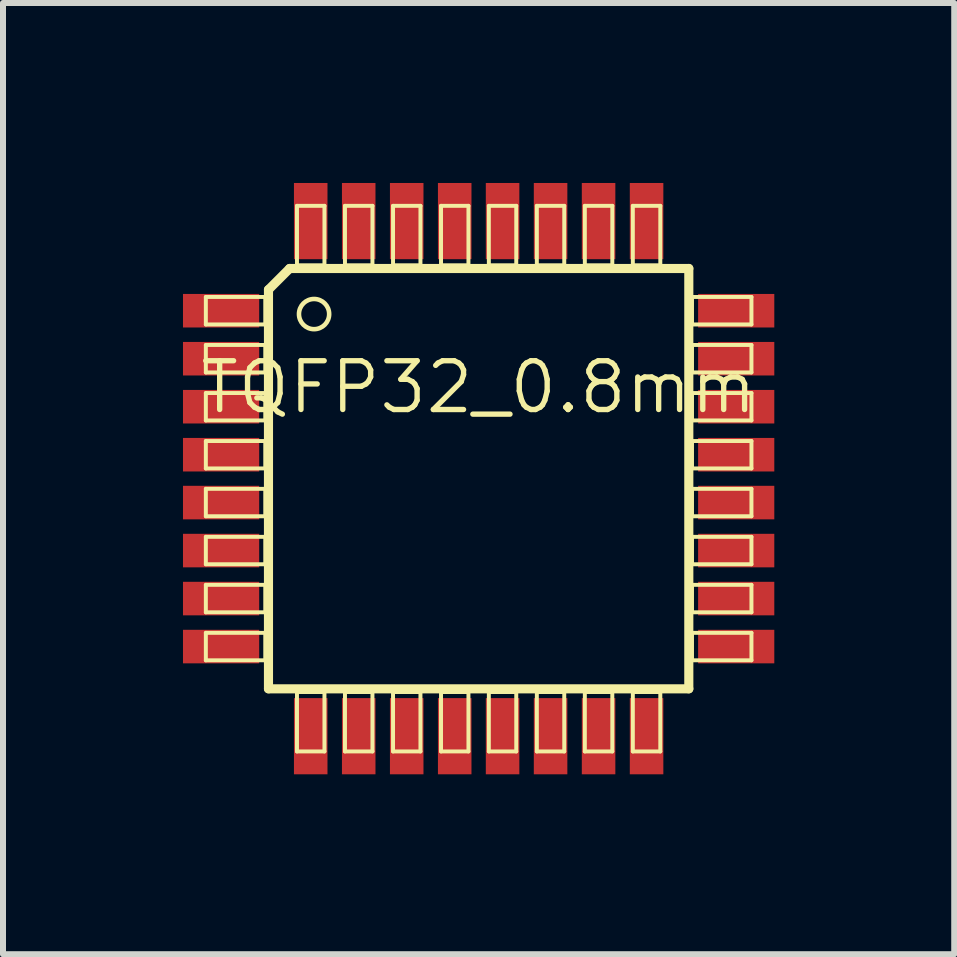
<source format=kicad_pcb>
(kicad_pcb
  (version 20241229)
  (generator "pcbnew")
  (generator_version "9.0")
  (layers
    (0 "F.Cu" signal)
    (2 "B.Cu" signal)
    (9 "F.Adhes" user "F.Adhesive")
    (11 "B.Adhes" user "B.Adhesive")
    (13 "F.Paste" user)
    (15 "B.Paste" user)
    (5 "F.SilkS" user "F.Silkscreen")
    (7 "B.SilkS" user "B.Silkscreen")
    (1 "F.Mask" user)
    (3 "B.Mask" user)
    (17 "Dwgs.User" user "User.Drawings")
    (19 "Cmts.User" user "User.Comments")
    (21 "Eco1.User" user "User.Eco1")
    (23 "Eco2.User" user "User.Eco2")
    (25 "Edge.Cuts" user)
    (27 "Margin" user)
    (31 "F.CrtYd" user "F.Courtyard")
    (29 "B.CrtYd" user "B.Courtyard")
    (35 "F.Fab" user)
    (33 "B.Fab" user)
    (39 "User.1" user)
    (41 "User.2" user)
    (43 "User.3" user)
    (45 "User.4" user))
  (footprint "TQFP32_0.8mm"
    (layer "F.Cu")
    (at 4.928 4.928)
    (property "Reference" "TQFP32_0.8mm" (at 0 -1.524 0) (layer "F.SilkS") (effects (font (size 0.813 0.813) (thickness 0.089))))
    (attr smd)
    (fp_line (start -4.547 -3.028) (end -3.556 -3.028) (stroke (width 0.066) (type solid)) (layer "F.SilkS"))
    (fp_line (start -4.547 -2.57) (end -4.547 -3.028) (stroke (width 0.066) (type solid)) (layer "F.SilkS"))
    (fp_line (start -4.547 -2.57) (end -3.556 -2.57) (stroke (width 0.066) (type solid)) (layer "F.SilkS"))
    (fp_line (start -4.547 -2.228) (end -3.556 -2.228) (stroke (width 0.066) (type solid)) (layer "F.SilkS"))
    (fp_line (start -4.547 -1.77) (end -4.547 -2.228) (stroke (width 0.066) (type solid)) (layer "F.SilkS"))
    (fp_line (start -4.547 -1.77) (end -3.556 -1.77) (stroke (width 0.066) (type solid)) (layer "F.SilkS"))
    (fp_line (start -4.547 -1.427) (end -3.556 -1.427) (stroke (width 0.066) (type solid)) (layer "F.SilkS"))
    (fp_line (start -4.547 -0.97) (end -4.547 -1.427) (stroke (width 0.066) (type solid)) (layer "F.SilkS"))
    (fp_line (start -4.547 -0.97) (end -3.556 -0.97) (stroke (width 0.066) (type solid)) (layer "F.SilkS"))
    (fp_line (start -4.547 -0.627) (end -3.556 -0.627) (stroke (width 0.066) (type solid)) (layer "F.SilkS"))
    (fp_line (start -4.547 -0.17) (end -4.547 -0.627) (stroke (width 0.066) (type solid)) (layer "F.SilkS"))
    (fp_line (start -4.547 -0.17) (end -3.556 -0.17) (stroke (width 0.066) (type solid)) (layer "F.SilkS"))
    (fp_line (start -4.547 0.17) (end -3.556 0.17) (stroke (width 0.066) (type solid)) (layer "F.SilkS"))
    (fp_line (start -4.547 0.627) (end -4.547 0.17) (stroke (width 0.066) (type solid)) (layer "F.SilkS"))
    (fp_line (start -4.547 0.627) (end -3.556 0.627) (stroke (width 0.066) (type solid)) (layer "F.SilkS"))
    (fp_line (start -4.547 0.97) (end -3.556 0.97) (stroke (width 0.066) (type solid)) (layer "F.SilkS"))
    (fp_line (start -4.547 1.427) (end -4.547 0.97) (stroke (width 0.066) (type solid)) (layer "F.SilkS"))
    (fp_line (start -4.547 1.427) (end -3.556 1.427) (stroke (width 0.066) (type solid)) (layer "F.SilkS"))
    (fp_line (start -4.547 1.77) (end -3.556 1.77) (stroke (width 0.066) (type solid)) (layer "F.SilkS"))
    (fp_line (start -4.547 2.228) (end -4.547 1.77) (stroke (width 0.066) (type solid)) (layer "F.SilkS"))
    (fp_line (start -4.547 2.228) (end -3.556 2.228) (stroke (width 0.066) (type solid)) (layer "F.SilkS"))
    (fp_line (start -4.547 2.57) (end -3.556 2.57) (stroke (width 0.066) (type solid)) (layer "F.SilkS"))
    (fp_line (start -4.547 3.028) (end -4.547 2.57) (stroke (width 0.066) (type solid)) (layer "F.SilkS"))
    (fp_line (start -4.547 3.028) (end -3.556 3.028) (stroke (width 0.066) (type solid)) (layer "F.SilkS"))
    (fp_line (start -3.556 -2.57) (end -3.556 -3.028) (stroke (width 0.066) (type solid)) (layer "F.SilkS"))
    (fp_line (start -3.556 -1.77) (end -3.556 -2.228) (stroke (width 0.066) (type solid)) (layer "F.SilkS"))
    (fp_line (start -3.556 -0.97) (end -3.556 -1.427) (stroke (width 0.066) (type solid)) (layer "F.SilkS"))
    (fp_line (start -3.556 -0.17) (end -3.556 -0.627) (stroke (width 0.066) (type solid)) (layer "F.SilkS"))
    (fp_line (start -3.556 0.627) (end -3.556 0.17) (stroke (width 0.066) (type solid)) (layer "F.SilkS"))
    (fp_line (start -3.556 1.427) (end -3.556 0.97) (stroke (width 0.066) (type solid)) (layer "F.SilkS"))
    (fp_line (start -3.556 2.228) (end -3.556 1.77) (stroke (width 0.066) (type solid)) (layer "F.SilkS"))
    (fp_line (start -3.556 3.028) (end -3.556 2.57) (stroke (width 0.066) (type solid)) (layer "F.SilkS"))
    (fp_line (start -3.503 3.503) (end -3.503 -3.15) (stroke (width 0.152) (type solid)) (layer "F.SilkS"))
    (fp_line (start -3.15 -3.503) (end -3.503 -3.15) (stroke (width 0.152) (type solid)) (layer "F.SilkS"))
    (fp_line (start -3.15 -3.503) (end 3.503 -3.503) (stroke (width 0.152) (type solid)) (layer "F.SilkS"))
    (fp_line (start -3.028 -4.547) (end -2.57 -4.547) (stroke (width 0.066) (type solid)) (layer "F.SilkS"))
    (fp_line (start -3.028 -3.556) (end -3.028 -4.547) (stroke (width 0.066) (type solid)) (layer "F.SilkS"))
    (fp_line (start -3.028 -3.556) (end -2.57 -3.556) (stroke (width 0.066) (type solid)) (layer "F.SilkS"))
    (fp_line (start -3.028 3.556) (end -2.57 3.556) (stroke (width 0.066) (type solid)) (layer "F.SilkS"))
    (fp_line (start -3.028 4.547) (end -3.028 3.556) (stroke (width 0.066) (type solid)) (layer "F.SilkS"))
    (fp_line (start -3.028 4.547) (end -2.57 4.547) (stroke (width 0.066) (type solid)) (layer "F.SilkS"))
    (fp_line (start -2.57 -3.556) (end -2.57 -4.547) (stroke (width 0.066) (type solid)) (layer "F.SilkS"))
    (fp_line (start -2.57 4.547) (end -2.57 3.556) (stroke (width 0.066) (type solid)) (layer "F.SilkS"))
    (fp_line (start -2.228 -4.547) (end -1.77 -4.547) (stroke (width 0.066) (type solid)) (layer "F.SilkS"))
    (fp_line (start -2.228 -3.556) (end -2.228 -4.547) (stroke (width 0.066) (type solid)) (layer "F.SilkS"))
    (fp_line (start -2.228 -3.556) (end -1.77 -3.556) (stroke (width 0.066) (type solid)) (layer "F.SilkS"))
    (fp_line (start -2.228 3.556) (end -1.77 3.556) (stroke (width 0.066) (type solid)) (layer "F.SilkS"))
    (fp_line (start -2.228 4.547) (end -2.228 3.556) (stroke (width 0.066) (type solid)) (layer "F.SilkS"))
    (fp_line (start -2.228 4.547) (end -1.77 4.547) (stroke (width 0.066) (type solid)) (layer "F.SilkS"))
    (fp_line (start -1.77 -3.556) (end -1.77 -4.547) (stroke (width 0.066) (type solid)) (layer "F.SilkS"))
    (fp_line (start -1.77 4.547) (end -1.77 3.556) (stroke (width 0.066) (type solid)) (layer "F.SilkS"))
    (fp_line (start -1.427 -4.547) (end -0.97 -4.547) (stroke (width 0.066) (type solid)) (layer "F.SilkS"))
    (fp_line (start -1.427 -3.556) (end -1.427 -4.547) (stroke (width 0.066) (type solid)) (layer "F.SilkS"))
    (fp_line (start -1.427 -3.556) (end -0.97 -3.556) (stroke (width 0.066) (type solid)) (layer "F.SilkS"))
    (fp_line (start -1.427 3.556) (end -0.97 3.556) (stroke (width 0.066) (type solid)) (layer "F.SilkS"))
    (fp_line (start -1.427 4.547) (end -1.427 3.556) (stroke (width 0.066) (type solid)) (layer "F.SilkS"))
    (fp_line (start -1.427 4.547) (end -0.97 4.547) (stroke (width 0.066) (type solid)) (layer "F.SilkS"))
    (fp_line (start -0.97 -3.556) (end -0.97 -4.547) (stroke (width 0.066) (type solid)) (layer "F.SilkS"))
    (fp_line (start -0.97 4.547) (end -0.97 3.556) (stroke (width 0.066) (type solid)) (layer "F.SilkS"))
    (fp_line (start -0.627 -4.547) (end -0.17 -4.547) (stroke (width 0.066) (type solid)) (layer "F.SilkS"))
    (fp_line (start -0.627 -3.556) (end -0.627 -4.547) (stroke (width 0.066) (type solid)) (layer "F.SilkS"))
    (fp_line (start -0.627 -3.556) (end -0.17 -3.556) (stroke (width 0.066) (type solid)) (layer "F.SilkS"))
    (fp_line (start -0.627 3.556) (end -0.17 3.556) (stroke (width 0.066) (type solid)) (layer "F.SilkS"))
    (fp_line (start -0.627 4.547) (end -0.627 3.556) (stroke (width 0.066) (type solid)) (layer "F.SilkS"))
    (fp_line (start -0.627 4.547) (end -0.17 4.547) (stroke (width 0.066) (type solid)) (layer "F.SilkS"))
    (fp_line (start -0.17 -3.556) (end -0.17 -4.547) (stroke (width 0.066) (type solid)) (layer "F.SilkS"))
    (fp_line (start -0.17 4.547) (end -0.17 3.556) (stroke (width 0.066) (type solid)) (layer "F.SilkS"))
    (fp_line (start 0.17 -4.547) (end 0.627 -4.547) (stroke (width 0.066) (type solid)) (layer "F.SilkS"))
    (fp_line (start 0.17 -3.556) (end 0.17 -4.547) (stroke (width 0.066) (type solid)) (layer "F.SilkS"))
    (fp_line (start 0.17 -3.556) (end 0.627 -3.556) (stroke (width 0.066) (type solid)) (layer "F.SilkS"))
    (fp_line (start 0.17 3.556) (end 0.627 3.556) (stroke (width 0.066) (type solid)) (layer "F.SilkS"))
    (fp_line (start 0.17 4.547) (end 0.17 3.556) (stroke (width 0.066) (type solid)) (layer "F.SilkS"))
    (fp_line (start 0.17 4.547) (end 0.627 4.547) (stroke (width 0.066) (type solid)) (layer "F.SilkS"))
    (fp_line (start 0.627 -3.556) (end 0.627 -4.547) (stroke (width 0.066) (type solid)) (layer "F.SilkS"))
    (fp_line (start 0.627 4.547) (end 0.627 3.556) (stroke (width 0.066) (type solid)) (layer "F.SilkS"))
    (fp_line (start 0.97 -4.547) (end 1.427 -4.547) (stroke (width 0.066) (type solid)) (layer "F.SilkS"))
    (fp_line (start 0.97 -3.556) (end 0.97 -4.547) (stroke (width 0.066) (type solid)) (layer "F.SilkS"))
    (fp_line (start 0.97 -3.556) (end 1.427 -3.556) (stroke (width 0.066) (type solid)) (layer "F.SilkS"))
    (fp_line (start 0.97 3.556) (end 1.427 3.556) (stroke (width 0.066) (type solid)) (layer "F.SilkS"))
    (fp_line (start 0.97 4.547) (end 0.97 3.556) (stroke (width 0.066) (type solid)) (layer "F.SilkS"))
    (fp_line (start 0.97 4.547) (end 1.427 4.547) (stroke (width 0.066) (type solid)) (layer "F.SilkS"))
    (fp_line (start 1.427 -3.556) (end 1.427 -4.547) (stroke (width 0.066) (type solid)) (layer "F.SilkS"))
    (fp_line (start 1.427 4.547) (end 1.427 3.556) (stroke (width 0.066) (type solid)) (layer "F.SilkS"))
    (fp_line (start 1.77 -4.547) (end 2.228 -4.547) (stroke (width 0.066) (type solid)) (layer "F.SilkS"))
    (fp_line (start 1.77 -3.556) (end 1.77 -4.547) (stroke (width 0.066) (type solid)) (layer "F.SilkS"))
    (fp_line (start 1.77 -3.556) (end 2.228 -3.556) (stroke (width 0.066) (type solid)) (layer "F.SilkS"))
    (fp_line (start 1.77 3.556) (end 2.228 3.556) (stroke (width 0.066) (type solid)) (layer "F.SilkS"))
    (fp_line (start 1.77 4.547) (end 1.77 3.556) (stroke (width 0.066) (type solid)) (layer "F.SilkS"))
    (fp_line (start 1.77 4.547) (end 2.228 4.547) (stroke (width 0.066) (type solid)) (layer "F.SilkS"))
    (fp_line (start 2.228 -3.556) (end 2.228 -4.547) (stroke (width 0.066) (type solid)) (layer "F.SilkS"))
    (fp_line (start 2.228 4.547) (end 2.228 3.556) (stroke (width 0.066) (type solid)) (layer "F.SilkS"))
    (fp_line (start 2.57 -4.547) (end 3.028 -4.547) (stroke (width 0.066) (type solid)) (layer "F.SilkS"))
    (fp_line (start 2.57 -3.556) (end 2.57 -4.547) (stroke (width 0.066) (type solid)) (layer "F.SilkS"))
    (fp_line (start 2.57 -3.556) (end 3.028 -3.556) (stroke (width 0.066) (type solid)) (layer "F.SilkS"))
    (fp_line (start 2.57 3.556) (end 3.028 3.556) (stroke (width 0.066) (type solid)) (layer "F.SilkS"))
    (fp_line (start 2.57 4.547) (end 2.57 3.556) (stroke (width 0.066) (type solid)) (layer "F.SilkS"))
    (fp_line (start 2.57 4.547) (end 3.028 4.547) (stroke (width 0.066) (type solid)) (layer "F.SilkS"))
    (fp_line (start 3.028 -3.556) (end 3.028 -4.547) (stroke (width 0.066) (type solid)) (layer "F.SilkS"))
    (fp_line (start 3.028 4.547) (end 3.028 3.556) (stroke (width 0.066) (type solid)) (layer "F.SilkS"))
    (fp_line (start 3.503 -3.503) (end 3.503 3.503) (stroke (width 0.152) (type solid)) (layer "F.SilkS"))
    (fp_line (start 3.503 3.503) (end -3.503 3.503) (stroke (width 0.152) (type solid)) (layer "F.SilkS"))
    (fp_line (start 3.556 -3.028) (end 4.547 -3.028) (stroke (width 0.066) (type solid)) (layer "F.SilkS"))
    (fp_line (start 3.556 -2.57) (end 3.556 -3.028) (stroke (width 0.066) (type solid)) (layer "F.SilkS"))
    (fp_line (start 3.556 -2.57) (end 4.547 -2.57) (stroke (width 0.066) (type solid)) (layer "F.SilkS"))
    (fp_line (start 3.556 -2.228) (end 4.547 -2.228) (stroke (width 0.066) (type solid)) (layer "F.SilkS"))
    (fp_line (start 3.556 -1.77) (end 3.556 -2.228) (stroke (width 0.066) (type solid)) (layer "F.SilkS"))
    (fp_line (start 3.556 -1.77) (end 4.547 -1.77) (stroke (width 0.066) (type solid)) (layer "F.SilkS"))
    (fp_line (start 3.556 -1.427) (end 4.547 -1.427) (stroke (width 0.066) (type solid)) (layer "F.SilkS"))
    (fp_line (start 3.556 -0.97) (end 3.556 -1.427) (stroke (width 0.066) (type solid)) (layer "F.SilkS"))
    (fp_line (start 3.556 -0.97) (end 4.547 -0.97) (stroke (width 0.066) (type solid)) (layer "F.SilkS"))
    (fp_line (start 3.556 -0.627) (end 4.547 -0.627) (stroke (width 0.066) (type solid)) (layer "F.SilkS"))
    (fp_line (start 3.556 -0.17) (end 3.556 -0.627) (stroke (width 0.066) (type solid)) (layer "F.SilkS"))
    (fp_line (start 3.556 -0.17) (end 4.547 -0.17) (stroke (width 0.066) (type solid)) (layer "F.SilkS"))
    (fp_line (start 3.556 0.17) (end 4.547 0.17) (stroke (width 0.066) (type solid)) (layer "F.SilkS"))
    (fp_line (start 3.556 0.627) (end 3.556 0.17) (stroke (width 0.066) (type solid)) (layer "F.SilkS"))
    (fp_line (start 3.556 0.627) (end 4.547 0.627) (stroke (width 0.066) (type solid)) (layer "F.SilkS"))
    (fp_line (start 3.556 0.97) (end 4.547 0.97) (stroke (width 0.066) (type solid)) (layer "F.SilkS"))
    (fp_line (start 3.556 1.427) (end 3.556 0.97) (stroke (width 0.066) (type solid)) (layer "F.SilkS"))
    (fp_line (start 3.556 1.427) (end 4.547 1.427) (stroke (width 0.066) (type solid)) (layer "F.SilkS"))
    (fp_line (start 3.556 1.77) (end 4.547 1.77) (stroke (width 0.066) (type solid)) (layer "F.SilkS"))
    (fp_line (start 3.556 2.228) (end 3.556 1.77) (stroke (width 0.066) (type solid)) (layer "F.SilkS"))
    (fp_line (start 3.556 2.228) (end 4.547 2.228) (stroke (width 0.066) (type solid)) (layer "F.SilkS"))
    (fp_line (start 3.556 2.57) (end 4.547 2.57) (stroke (width 0.066) (type solid)) (layer "F.SilkS"))
    (fp_line (start 3.556 3.028) (end 3.556 2.57) (stroke (width 0.066) (type solid)) (layer "F.SilkS"))
    (fp_line (start 3.556 3.028) (end 4.547 3.028) (stroke (width 0.066) (type solid)) (layer "F.SilkS"))
    (fp_line (start 4.547 -2.57) (end 4.547 -3.028) (stroke (width 0.066) (type solid)) (layer "F.SilkS"))
    (fp_line (start 4.547 -1.77) (end 4.547 -2.228) (stroke (width 0.066) (type solid)) (layer "F.SilkS"))
    (fp_line (start 4.547 -0.97) (end 4.547 -1.427) (stroke (width 0.066) (type solid)) (layer "F.SilkS"))
    (fp_line (start 4.547 -0.17) (end 4.547 -0.627) (stroke (width 0.066) (type solid)) (layer "F.SilkS"))
    (fp_line (start 4.547 0.627) (end 4.547 0.17) (stroke (width 0.066) (type solid)) (layer "F.SilkS"))
    (fp_line (start 4.547 1.427) (end 4.547 0.97) (stroke (width 0.066) (type solid)) (layer "F.SilkS"))
    (fp_line (start 4.547 2.228) (end 4.547 1.77) (stroke (width 0.066) (type solid)) (layer "F.SilkS"))
    (fp_line (start 4.547 3.028) (end 4.547 2.57) (stroke (width 0.066) (type solid)) (layer "F.SilkS"))
    (fp_circle (center -2.743 -2.743) (end -2.921 -2.921) (stroke (width 0.076) (type solid)) (fill no) (layer "F.SilkS"))
    (pad "1" smd rect (at -4.293 -2.799) (size 1.27 0.559) (layers "F.Cu" "F.Mask" "F.Paste"))
    (pad "2" smd rect (at -4.293 -1.999) (size 1.27 0.559) (layers "F.Cu" "F.Mask" "F.Paste"))
    (pad "3" smd rect (at -4.293 -1.199) (size 1.27 0.559) (layers "F.Cu" "F.Mask" "F.Paste"))
    (pad "4" smd rect (at -4.293 -0.399) (size 1.27 0.559) (layers "F.Cu" "F.Mask" "F.Paste"))
    (pad "5" smd rect (at -4.293 0.399) (size 1.27 0.559) (layers "F.Cu" "F.Mask" "F.Paste"))
    (pad "6" smd rect (at -4.293 1.199) (size 1.27 0.559) (layers "F.Cu" "F.Mask" "F.Paste"))
    (pad "7" smd rect (at -4.293 1.999) (size 1.27 0.559) (layers "F.Cu" "F.Mask" "F.Paste"))
    (pad "8" smd rect (at -4.293 2.799) (size 1.27 0.559) (layers "F.Cu" "F.Mask" "F.Paste"))
    (pad "9" smd rect (at -2.799 4.293) (size 0.559 1.27) (layers "F.Cu" "F.Mask" "F.Paste"))
    (pad "10" smd rect (at -1.999 4.293) (size 0.559 1.27) (layers "F.Cu" "F.Mask" "F.Paste"))
    (pad "11" smd rect (at -1.199 4.293) (size 0.559 1.27) (layers "F.Cu" "F.Mask" "F.Paste"))
    (pad "12" smd rect (at -0.399 4.293) (size 0.559 1.27) (layers "F.Cu" "F.Mask" "F.Paste"))
    (pad "13" smd rect (at 0.399 4.293) (size 0.559 1.27) (layers "F.Cu" "F.Mask" "F.Paste"))
    (pad "14" smd rect (at 1.199 4.293) (size 0.559 1.27) (layers "F.Cu" "F.Mask" "F.Paste"))
    (pad "15" smd rect (at 1.999 4.293) (size 0.559 1.27) (layers "F.Cu" "F.Mask" "F.Paste"))
    (pad "16" smd rect (at 2.799 4.293) (size 0.559 1.27) (layers "F.Cu" "F.Mask" "F.Paste"))
    (pad "17" smd rect (at 4.293 2.799) (size 1.27 0.559) (layers "F.Cu" "F.Mask" "F.Paste"))
    (pad "18" smd rect (at 4.293 1.999) (size 1.27 0.559) (layers "F.Cu" "F.Mask" "F.Paste"))
    (pad "19" smd rect (at 4.293 1.199) (size 1.27 0.559) (layers "F.Cu" "F.Mask" "F.Paste"))
    (pad "20" smd rect (at 4.293 0.399) (size 1.27 0.559) (layers "F.Cu" "F.Mask" "F.Paste"))
    (pad "21" smd rect (at 4.293 -0.399) (size 1.27 0.559) (layers "F.Cu" "F.Mask" "F.Paste"))
    (pad "22" smd rect (at 4.293 -1.199) (size 1.27 0.559) (layers "F.Cu" "F.Mask" "F.Paste"))
    (pad "23" smd rect (at 4.293 -1.999) (size 1.27 0.559) (layers "F.Cu" "F.Mask" "F.Paste"))
    (pad "24" smd rect (at 4.293 -2.799) (size 1.27 0.559) (layers "F.Cu" "F.Mask" "F.Paste"))
    (pad "25" smd rect (at 2.799 -4.293) (size 0.559 1.27) (layers "F.Cu" "F.Mask" "F.Paste"))
    (pad "26" smd rect (at 1.999 -4.293) (size 0.559 1.27) (layers "F.Cu" "F.Mask" "F.Paste"))
    (pad "27" smd rect (at 1.199 -4.293) (size 0.559 1.27) (layers "F.Cu" "F.Mask" "F.Paste"))
    (pad "28" smd rect (at 0.399 -4.293) (size 0.559 1.27) (layers "F.Cu" "F.Mask" "F.Paste"))
    (pad "29" smd rect (at -0.399 -4.293) (size 0.559 1.27) (layers "F.Cu" "F.Mask" "F.Paste"))
    (pad "30" smd rect (at -1.199 -4.293) (size 0.559 1.27) (layers "F.Cu" "F.Mask" "F.Paste"))
    (pad "31" smd rect (at -1.999 -4.293) (size 0.559 1.27) (layers "F.Cu" "F.Mask" "F.Paste"))
    (pad "32" smd rect (at -2.799 -4.293) (size 0.559 1.27) (layers "F.Cu" "F.Mask" "F.Paste")))
  (gr_rect
    (start -3 -3)
    (end 12.855 12.855)
    (stroke (width 0.1) (type default))
    (fill no)
    (layer "Edge.Cuts")))
</source>
